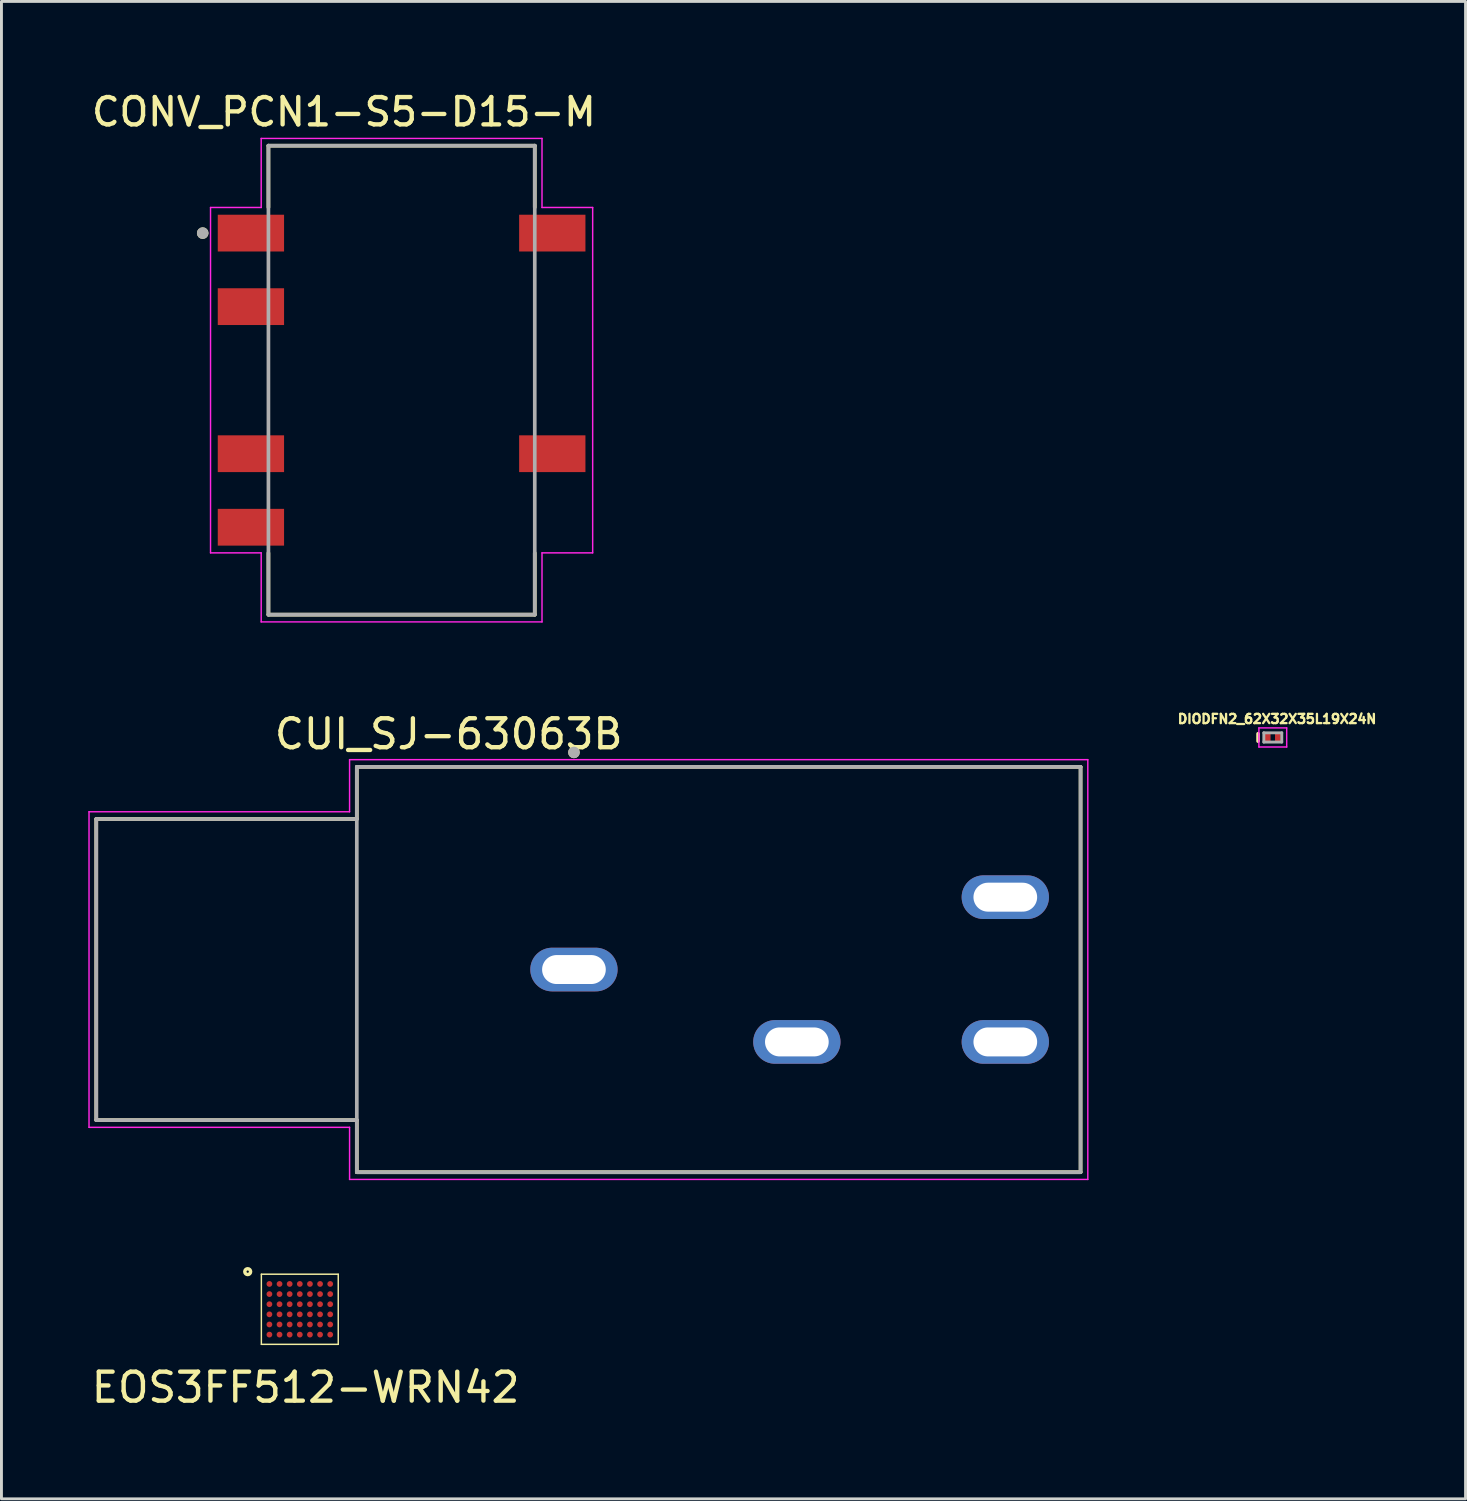
<source format=kicad_pcb>
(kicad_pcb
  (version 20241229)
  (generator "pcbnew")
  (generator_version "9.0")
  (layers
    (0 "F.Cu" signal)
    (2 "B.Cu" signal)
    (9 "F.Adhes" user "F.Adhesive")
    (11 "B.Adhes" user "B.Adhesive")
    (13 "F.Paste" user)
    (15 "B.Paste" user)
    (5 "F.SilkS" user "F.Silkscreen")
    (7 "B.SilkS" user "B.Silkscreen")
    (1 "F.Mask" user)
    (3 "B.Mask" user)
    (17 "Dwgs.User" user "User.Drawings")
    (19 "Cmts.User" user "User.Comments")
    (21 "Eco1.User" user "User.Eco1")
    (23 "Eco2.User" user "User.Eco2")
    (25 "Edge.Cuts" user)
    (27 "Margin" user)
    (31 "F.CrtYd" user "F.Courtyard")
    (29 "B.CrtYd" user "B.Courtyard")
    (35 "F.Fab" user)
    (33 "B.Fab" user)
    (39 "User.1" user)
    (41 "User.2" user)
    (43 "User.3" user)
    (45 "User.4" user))
  (footprint "DIODFN2_62X32X35L19X24N"
    (layer "F.Cu")
    (at 40.915 22.423)
    (property "Reference" "DIODFN2_62X32X35L19X24N" (at 0.146 -0.639 0) (layer "F.SilkS") (effects (font (size 0.32 0.32) (thickness 0.15))))
    (attr smd)
    (fp_line (start -0.508 -0.127) (end -0.508 0.127) (stroke (width 0.127) (type solid)) (layer "F.SilkS"))
    (fp_line (start -0.48 -0.33) (end 0.48 -0.33) (stroke (width 0.05) (type solid)) (layer "F.CrtYd"))
    (fp_line (start -0.48 0.33) (end -0.48 -0.33) (stroke (width 0.05) (type solid)) (layer "F.CrtYd"))
    (fp_line (start 0.48 -0.33) (end 0.48 0.33) (stroke (width 0.05) (type solid)) (layer "F.CrtYd"))
    (fp_line (start 0.48 0.33) (end -0.48 0.33) (stroke (width 0.05) (type solid)) (layer "F.CrtYd"))
    (fp_line (start -0.31 -0.16) (end 0.31 -0.16) (stroke (width 0.1) (type solid)) (layer "F.Fab"))
    (fp_line (start -0.31 0.16) (end -0.31 -0.16) (stroke (width 0.1) (type solid)) (layer "F.Fab"))
    (fp_line (start 0.31 -0.16) (end 0.31 0.16) (stroke (width 0.1) (type solid)) (layer "F.Fab"))
    (fp_line (start 0.31 0.16) (end -0.31 0.16) (stroke (width 0.1) (type solid)) (layer "F.Fab"))
    (pad "1" smd rect (at 0.177 0) (size 0.2 0.26) (layers "F.Cu" "F.Mask" "F.Paste"))
    (pad "2" smd rect (at -0.177 0) (size 0.2 0.26) (layers "F.Cu" "F.Mask" "F.Paste")))
  (footprint "EOS3FF512-WRN42"
    (layer "F.Cu")
    (at 7.306 42.175)
    (property "Reference" "EOS3FF512-WRN42" (at 0.2 2.7 0) (layer "F.SilkS") (effects (font (size 1 1) (thickness 0.15))))
    (attr through_hole)
    (fp_line (start -1.328 -1.211) (end 1.328 -1.211) (stroke (width 0.05) (type solid)) (layer "F.SilkS"))
    (fp_line (start -1.328 1.211) (end -1.328 -1.211) (stroke (width 0.05) (type solid)) (layer "F.SilkS"))
    (fp_line (start 1.328 1.211) (end -1.328 1.211) (stroke (width 0.05) (type solid)) (layer "F.SilkS"))
    (fp_line (start 1.328 1.211) (end 1.328 -1.211) (stroke (width 0.05) (type solid)) (layer "F.SilkS"))
    (fp_circle (center -1.8 -1.3) (end -1.7 -1.3) (stroke (width 0.12) (type solid)) (fill no) (layer "F.SilkS"))
    (pad "A1" smd circle (at -1.05 -0.875) (size 0.2 0.2) (layers "F.Cu" "F.Mask" "F.Paste"))
    (pad "A2" smd circle (at -0.7 -0.875) (size 0.2 0.2) (layers "F.Cu" "F.Mask" "F.Paste"))
    (pad "A3" smd circle (at -0.35 -0.875) (size 0.2 0.2) (layers "F.Cu" "F.Mask" "F.Paste"))
    (pad "A4" smd circle (at 0 -0.875) (size 0.2 0.2) (layers "F.Cu" "F.Mask" "F.Paste"))
    (pad "A5" smd circle (at 0.35 -0.875) (size 0.2 0.2) (layers "F.Cu" "F.Mask" "F.Paste"))
    (pad "A6" smd circle (at 0.7 -0.875) (size 0.2 0.2) (layers "F.Cu" "F.Mask" "F.Paste"))
    (pad "A7" smd circle (at 1.05 -0.875) (size 0.2 0.2) (layers "F.Cu" "F.Mask" "F.Paste"))
    (pad "B1" smd circle (at -1.05 -0.525) (size 0.2 0.2) (layers "F.Cu" "F.Mask" "F.Paste"))
    (pad "B2" smd circle (at -0.7 -0.525) (size 0.2 0.2) (layers "F.Cu" "F.Mask" "F.Paste"))
    (pad "B3" smd circle (at -0.35 -0.525) (size 0.2 0.2) (layers "F.Cu" "F.Mask" "F.Paste"))
    (pad "B4" smd circle (at 0 -0.525) (size 0.2 0.2) (layers "F.Cu" "F.Mask" "F.Paste"))
    (pad "B5" smd circle (at 0.35 -0.525) (size 0.2 0.2) (layers "F.Cu" "F.Mask" "F.Paste"))
    (pad "B6" smd circle (at 0.7 -0.525) (size 0.2 0.2) (layers "F.Cu" "F.Mask" "F.Paste"))
    (pad "B7" smd circle (at 1.05 -0.525) (size 0.2 0.2) (layers "F.Cu" "F.Mask" "F.Paste"))
    (pad "C1" smd circle (at -1.05 -0.175) (size 0.2 0.2) (layers "F.Cu" "F.Mask" "F.Paste"))
    (pad "C2" smd circle (at -0.7 -0.175) (size 0.2 0.2) (layers "F.Cu" "F.Mask" "F.Paste"))
    (pad "C3" smd circle (at -0.35 -0.175) (size 0.2 0.2) (layers "F.Cu" "F.Mask" "F.Paste"))
    (pad "C4" smd circle (at 0 -0.175) (size 0.2 0.2) (layers "F.Cu" "F.Mask" "F.Paste"))
    (pad "C5" smd circle (at 0.35 -0.175) (size 0.2 0.2) (layers "F.Cu" "F.Mask" "F.Paste"))
    (pad "C6" smd circle (at 0.7 -0.175) (size 0.2 0.2) (layers "F.Cu" "F.Mask" "F.Paste"))
    (pad "C7" smd circle (at 1.05 -0.175) (size 0.2 0.2) (layers "F.Cu" "F.Mask" "F.Paste"))
    (pad "D1" smd circle (at -1.05 0.175) (size 0.2 0.2) (layers "F.Cu" "F.Mask" "F.Paste"))
    (pad "D2" smd circle (at -0.7 0.175) (size 0.2 0.2) (layers "F.Cu" "F.Mask" "F.Paste"))
    (pad "D3" smd circle (at -0.35 0.175) (size 0.2 0.2) (layers "F.Cu" "F.Mask" "F.Paste"))
    (pad "D4" smd circle (at 0 0.175) (size 0.2 0.2) (layers "F.Cu" "F.Mask" "F.Paste"))
    (pad "D5" smd circle (at 0.35 0.175) (size 0.2 0.2) (layers "F.Cu" "F.Mask" "F.Paste"))
    (pad "D6" smd circle (at 0.7 0.175) (size 0.2 0.2) (layers "F.Cu" "F.Mask" "F.Paste"))
    (pad "D7" smd circle (at 1.05 0.175) (size 0.2 0.2) (layers "F.Cu" "F.Mask" "F.Paste"))
    (pad "E1" smd circle (at -1.05 0.525) (size 0.2 0.2) (layers "F.Cu" "F.Mask" "F.Paste"))
    (pad "E2" smd circle (at -0.7 0.525) (size 0.2 0.2) (layers "F.Cu" "F.Mask" "F.Paste"))
    (pad "E3" smd circle (at -0.35 0.525) (size 0.2 0.2) (layers "F.Cu" "F.Mask" "F.Paste"))
    (pad "E4" smd circle (at 0 0.525) (size 0.2 0.2) (layers "F.Cu" "F.Mask" "F.Paste"))
    (pad "E5" smd circle (at 0.35 0.525) (size 0.2 0.2) (layers "F.Cu" "F.Mask" "F.Paste"))
    (pad "E6" smd circle (at 0.7 0.525) (size 0.2 0.2) (layers "F.Cu" "F.Mask" "F.Paste"))
    (pad "E7" smd circle (at 1.05 0.525) (size 0.2 0.2) (layers "F.Cu" "F.Mask" "F.Paste"))
    (pad "F1" smd circle (at -1.05 0.875) (size 0.2 0.2) (layers "F.Cu" "F.Mask" "F.Paste"))
    (pad "F2" smd circle (at -0.7 0.875) (size 0.2 0.2) (layers "F.Cu" "F.Mask" "F.Paste"))
    (pad "F3" smd circle (at -0.35 0.875) (size 0.2 0.2) (layers "F.Cu" "F.Mask" "F.Paste"))
    (pad "F4" smd circle (at 0 0.875) (size 0.2 0.2) (layers "F.Cu" "F.Mask" "F.Paste"))
    (pad "F5" smd circle (at 0.35 0.875) (size 0.2 0.2) (layers "F.Cu" "F.Mask" "F.Paste"))
    (pad "F6" smd circle (at 0.7 0.875) (size 0.2 0.2) (layers "F.Cu" "F.Mask" "F.Paste"))
    (pad "F7" smd circle (at 1.05 0.875) (size 0.2 0.2) (layers "F.Cu" "F.Mask" "F.Paste")))
  (footprint "CUI_SJ-63063B"
    (layer "F.Cu")
    (at 16.775 30.44)
    (property "Reference" "CUI_SJ-63063B" (at -4.325 -8.135 0) (layer "F.SilkS") (effects (font (size 1 1) (thickness 0.15))))
    (attr through_hole)
    (fp_line (start -16.5 -5.2) (end -16.5 5.2) (stroke (width 0.127) (type solid)) (layer "F.SilkS"))
    (fp_line (start -16.5 -5.2) (end -7.5 -5.2) (stroke (width 0.127) (type solid)) (layer "F.SilkS"))
    (fp_line (start -16.5 5.2) (end -7.5 5.2) (stroke (width 0.127) (type solid)) (layer "F.SilkS"))
    (fp_line (start -7.5 -7) (end 17.5 -7) (stroke (width 0.127) (type solid)) (layer "F.SilkS"))
    (fp_line (start -7.5 -5.2) (end -7.5 -7) (stroke (width 0.127) (type solid)) (layer "F.SilkS"))
    (fp_line (start -7.5 7) (end -7.5 5.2) (stroke (width 0.127) (type solid)) (layer "F.SilkS"))
    (fp_line (start 17.5 -7) (end 17.5 7) (stroke (width 0.127) (type solid)) (layer "F.SilkS"))
    (fp_line (start 17.5 7) (end -7.5 7) (stroke (width 0.127) (type solid)) (layer "F.SilkS"))
    (fp_circle (center 0 -7.5) (end 0.1 -7.5) (stroke (width 0.2) (type solid)) (fill no) (layer "F.SilkS"))
    (fp_line (start -16.75 -5.45) (end -16.75 5.45) (stroke (width 0.05) (type solid)) (layer "F.CrtYd"))
    (fp_line (start -16.75 -5.45) (end -7.75 -5.45) (stroke (width 0.05) (type solid)) (layer "F.CrtYd"))
    (fp_line (start -16.75 5.45) (end -7.75 5.45) (stroke (width 0.05) (type solid)) (layer "F.CrtYd"))
    (fp_line (start -7.75 -7.25) (end 17.75 -7.25) (stroke (width 0.05) (type solid)) (layer "F.CrtYd"))
    (fp_line (start -7.75 -5.45) (end -7.75 -7.25) (stroke (width 0.05) (type solid)) (layer "F.CrtYd"))
    (fp_line (start -7.75 7.25) (end -7.75 5.45) (stroke (width 0.05) (type solid)) (layer "F.CrtYd"))
    (fp_line (start 17.75 -7.25) (end 17.75 7.25) (stroke (width 0.05) (type solid)) (layer "F.CrtYd"))
    (fp_line (start 17.75 7.25) (end -7.75 7.25) (stroke (width 0.05) (type solid)) (layer "F.CrtYd"))
    (fp_line (start -16.5 -5.2) (end -16.5 5.2) (stroke (width 0.127) (type solid)) (layer "F.Fab"))
    (fp_line (start -16.5 -5.2) (end -7.5 -5.2) (stroke (width 0.127) (type solid)) (layer "F.Fab"))
    (fp_line (start -16.5 5.2) (end -7.5 5.2) (stroke (width 0.127) (type solid)) (layer "F.Fab"))
    (fp_line (start -7.5 -7) (end 17.5 -7) (stroke (width 0.127) (type solid)) (layer "F.Fab"))
    (fp_line (start -7.5 -5.2) (end -7.5 -7) (stroke (width 0.127) (type solid)) (layer "F.Fab"))
    (fp_line (start -7.5 5.2) (end -7.5 -5.2) (stroke (width 0.127) (type solid)) (layer "F.Fab"))
    (fp_line (start -7.5 7) (end -7.5 5.2) (stroke (width 0.127) (type solid)) (layer "F.Fab"))
    (fp_line (start 17.5 -7) (end 17.5 7) (stroke (width 0.127) (type solid)) (layer "F.Fab"))
    (fp_line (start 17.5 7) (end -7.5 7) (stroke (width 0.127) (type solid)) (layer "F.Fab"))
    (fp_circle (center 0 -7.5) (end 0.1 -7.5) (stroke (width 0.2) (type solid)) (fill no) (layer "F.Fab"))
    (pad "1" thru_hole oval (at 0 0) (size 3.016 1.508) (drill oval 2.2 1) (layers "*.Cu" "*.Mask"))
    (pad "2" thru_hole oval (at 14.9 2.5) (size 3.016 1.508) (drill oval 2.2 1) (layers "*.Cu" "*.Mask"))
    (pad "3" thru_hole oval (at 14.9 -2.5) (size 3.016 1.508) (drill oval 2.2 1) (layers "*.Cu" "*.Mask"))
    (pad "4" thru_hole oval (at 7.7 2.5) (size 3.016 1.508) (drill oval 2.2 1) (layers "*.Cu" "*.Mask")))
  (footprint "CONV_PCN1-S5-D15-M"
    (layer "F.Cu")
    (at 10.822 10.082)
    (property "Reference" "CONV_PCN1-S5-D15-M" (at -1.993 -9.265 0) (layer "F.SilkS") (effects (font (size 0.946 0.946) (thickness 0.15))))
    (attr smd)
    (fp_line (start -4.6 -8.1) (end 4.6 -8.1) (stroke (width 0.127) (type solid)) (layer "F.SilkS"))
    (fp_line (start -4.6 -5.969) (end -4.6 -8.1) (stroke (width 0.127) (type solid)) (layer "F.SilkS"))
    (fp_line (start -4.6 8.1) (end -4.6 5.969) (stroke (width 0.127) (type solid)) (layer "F.SilkS"))
    (fp_line (start 4.6 -8.1) (end 4.6 -5.969) (stroke (width 0.127) (type solid)) (layer "F.SilkS"))
    (fp_line (start 4.6 5.969) (end 4.6 8.1) (stroke (width 0.127) (type solid)) (layer "F.SilkS"))
    (fp_line (start 4.6 8.1) (end -4.6 8.1) (stroke (width 0.127) (type solid)) (layer "F.SilkS"))
    (fp_circle (center -6.87 -5.08) (end -6.77 -5.08) (stroke (width 0.2) (type solid)) (fill no) (layer "F.SilkS"))
    (fp_line (start -6.6 -5.965) (end -4.85 -5.965) (stroke (width 0.05) (type solid)) (layer "F.CrtYd"))
    (fp_line (start -6.6 5.965) (end -6.6 -5.965) (stroke (width 0.05) (type solid)) (layer "F.CrtYd"))
    (fp_line (start -4.85 -8.35) (end 4.85 -8.35) (stroke (width 0.05) (type solid)) (layer "F.CrtYd"))
    (fp_line (start -4.85 -5.965) (end -4.85 -8.35) (stroke (width 0.05) (type solid)) (layer "F.CrtYd"))
    (fp_line (start -4.85 5.965) (end -6.6 5.965) (stroke (width 0.05) (type solid)) (layer "F.CrtYd"))
    (fp_line (start -4.85 8.35) (end -4.85 5.965) (stroke (width 0.05) (type solid)) (layer "F.CrtYd"))
    (fp_line (start 4.85 -8.35) (end 4.85 -5.965) (stroke (width 0.05) (type solid)) (layer "F.CrtYd"))
    (fp_line (start 4.85 -5.965) (end 6.6 -5.965) (stroke (width 0.05) (type solid)) (layer "F.CrtYd"))
    (fp_line (start 4.85 5.965) (end 4.85 8.35) (stroke (width 0.05) (type solid)) (layer "F.CrtYd"))
    (fp_line (start 4.85 8.35) (end -4.85 8.35) (stroke (width 0.05) (type solid)) (layer "F.CrtYd"))
    (fp_line (start 6.6 -5.965) (end 6.6 5.965) (stroke (width 0.05) (type solid)) (layer "F.CrtYd"))
    (fp_line (start 6.6 5.965) (end 4.85 5.965) (stroke (width 0.05) (type solid)) (layer "F.CrtYd"))
    (fp_line (start -4.6 -8.1) (end 4.6 -8.1) (stroke (width 0.127) (type solid)) (layer "F.Fab"))
    (fp_line (start -4.6 8.1) (end -4.6 -8.1) (stroke (width 0.127) (type solid)) (layer "F.Fab"))
    (fp_line (start 4.6 -8.1) (end 4.6 8.1) (stroke (width 0.127) (type solid)) (layer "F.Fab"))
    (fp_line (start 4.6 8.1) (end -4.6 8.1) (stroke (width 0.127) (type solid)) (layer "F.Fab"))
    (fp_circle (center -6.87 -5.08) (end -6.77 -5.08) (stroke (width 0.2) (type solid)) (fill no) (layer "F.Fab"))
    (pad "1" smd rect (at -5.205 -5.08) (size 2.29 1.27) (layers "F.Cu" "F.Mask" "F.Paste"))
    (pad "2" smd rect (at -5.205 -2.54) (size 2.29 1.27) (layers "F.Cu" "F.Mask" "F.Paste"))
    (pad "4" smd rect (at -5.205 2.54) (size 2.29 1.27) (layers "F.Cu" "F.Mask" "F.Paste"))
    (pad "5" smd rect (at -5.205 5.08) (size 2.29 1.27) (layers "F.Cu" "F.Mask" "F.Paste"))
    (pad "7" smd rect (at 5.205 2.54) (size 2.29 1.27) (layers "F.Cu" "F.Mask" "F.Paste"))
    (pad "10" smd rect (at 5.205 -5.08) (size 2.29 1.27) (layers "F.Cu" "F.Mask" "F.Paste")))
  (gr_rect
    (start -3 -3)
    (end 47.573 48.723)
    (stroke (width 0.1) (type default))
    (fill no)
    (layer "Edge.Cuts")))
</source>
